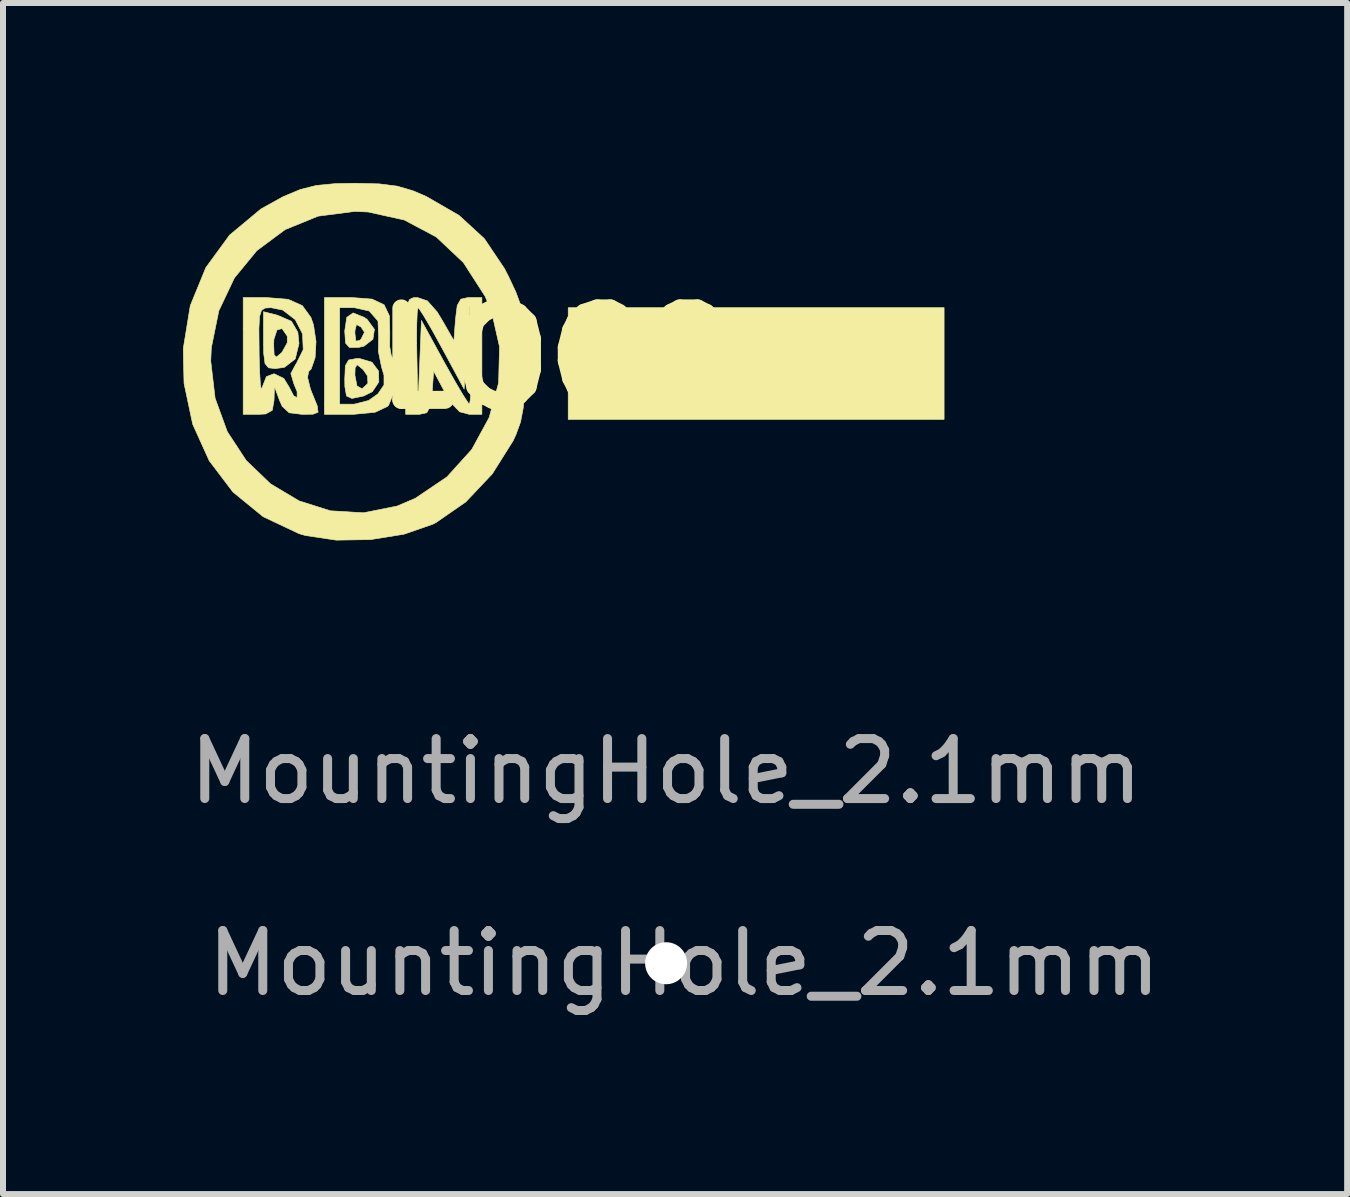
<source format=kicad_pcb>
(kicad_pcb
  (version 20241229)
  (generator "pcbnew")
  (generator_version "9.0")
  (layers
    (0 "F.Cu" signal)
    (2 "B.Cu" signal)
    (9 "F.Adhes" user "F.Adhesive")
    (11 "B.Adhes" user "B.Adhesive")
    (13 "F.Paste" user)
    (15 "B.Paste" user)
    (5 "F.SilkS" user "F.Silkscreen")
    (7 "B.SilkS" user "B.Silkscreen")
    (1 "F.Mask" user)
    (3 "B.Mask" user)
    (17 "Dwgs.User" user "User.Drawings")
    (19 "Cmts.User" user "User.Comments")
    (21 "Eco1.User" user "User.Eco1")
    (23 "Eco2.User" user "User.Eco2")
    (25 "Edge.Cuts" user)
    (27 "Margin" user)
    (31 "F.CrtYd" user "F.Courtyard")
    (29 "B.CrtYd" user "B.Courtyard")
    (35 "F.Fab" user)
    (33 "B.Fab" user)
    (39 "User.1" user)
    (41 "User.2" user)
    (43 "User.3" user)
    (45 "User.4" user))
  (footprint "MountingHole_2.1mm"
    (layer "F.Cu")
    (at 8.054 13.007)
    (property "Reference" "MountingHole_2.1mm" (at 0 -3.2 0) (layer "F.Fab") (effects (font (size 1 1) (thickness 0.15))))
    (attr exclude_from_pos_files exclude_from_bom)
    (fp_text user "${REFERENCE}" (at 0.3 0 0) (layer "F.Fab") (effects (font (size 1 1) (thickness 0.15))))
    (pad "" np_thru_hole circle (at 0 0) (size 0.7 0.7) (drill 0.7) (layers "*.Cu" "*.Mask")))
  (footprint "LOGO"
    (layer "F.Cu")
    (at 6.253 2.926)
    (property "Reference" "LOGO" (at 0 0 0) (layer "F.SilkS") (effects (font (size 1.524 1.524) (thickness 0.3))))
    (attr through_hole)
    (fp_poly (pts (xy 6.435 1.016) (xy 0.169 1.016) (xy 0.169 -0.847) (xy 6.435 -0.847) (xy 6.435 1.016)) (stroke (width 0.01) (type solid)) (fill yes) (layer "F.SilkS"))
    (fp_poly (pts (xy -3.231 -0.685) (xy -3.182 -0.651) (xy -3.062 -0.487) (xy -3.086 -0.321) (xy -3.236 -0.205) (xy -3.324 -0.185) (xy -3.478 -0.183) (xy -3.543 -0.257) (xy -3.554 -0.423) (xy -3.387 -0.423) (xy -3.37 -0.289) (xy -3.306 -0.302) (xy -3.285 -0.322) (xy -3.227 -0.437) (xy -3.285 -0.525) (xy -3.361 -0.567) (xy -3.386 -0.464) (xy -3.387 -0.423) (xy -3.554 -0.423) (xy -3.556 -0.452) (xy -3.556 -0.46) (xy -3.522 -0.686) (xy -3.416 -0.76) (xy -3.231 -0.685)) (stroke (width 0.01) (type solid)) (fill yes) (layer "F.SilkS"))
    (fp_poly (pts (xy -4.679 -0.722) (xy -4.445 -0.62) (xy -4.338 -0.438) (xy -4.319 -0.25) (xy -4.381 0.007) (xy -4.561 0.147) (xy -4.716 0.169) (xy -4.827 0.155) (xy -4.885 0.085) (xy -4.907 -0.082) (xy -4.91 -0.236) (xy -4.741 -0.236) (xy -4.733 -0.058) (xy -4.693 -0.025) (xy -4.603 -0.102) (xy -4.513 -0.264) (xy -4.515 -0.374) (xy -4.602 -0.499) (xy -4.686 -0.475) (xy -4.737 -0.32) (xy -4.741 -0.236) (xy -4.91 -0.236) (xy -4.911 -0.306) (xy -4.911 -0.78) (xy -4.679 -0.722)) (stroke (width 0.01) (type solid)) (fill yes) (layer "F.SilkS"))
    (fp_poly (pts (xy -3.102 0.062) (xy -2.992 0.21) (xy -2.988 0.392) (xy -3.096 0.553) (xy -3.241 0.625) (xy -3.436 0.666) (xy -3.527 0.625) (xy -3.554 0.469) (xy -3.556 0.339) (xy -3.553 0.278) (xy -3.387 0.278) (xy -3.352 0.458) (xy -3.267 0.505) (xy -3.17 0.415) (xy -3.177 0.291) (xy -3.25 0.185) (xy -3.348 0.104) (xy -3.383 0.154) (xy -3.387 0.278) (xy -3.553 0.278) (xy -3.546 0.121) (xy -3.491 0.025) (xy -3.358 0.000458) (xy -3.311 0) (xy -3.102 0.062)) (stroke (width 0.01) (type solid)) (fill yes) (layer "F.SilkS"))
    (fp_poly (pts (xy -3.101 -0.99) (xy -2.9 -0.896) (xy -2.811 -0.71) (xy -2.805 -0.431) (xy -2.807 -0.202) (xy -2.781 -0.051) (xy -2.769 -0.032) (xy -2.716 0.116) (xy -2.711 0.349) (xy -2.749 0.594) (xy -2.823 0.776) (xy -2.842 0.798) (xy -3.049 0.896) (xy -3.41 0.931) (xy -3.435 0.931) (xy -3.895 0.931) (xy -3.895 -0.847) (xy -3.641 -0.847) (xy -3.641 0.762) (xy -3.4 0.762) (xy -3.158 0.7) (xy -3.003 0.59) (xy -2.902 0.441) (xy -2.902 0.278) (xy -2.942 0.145) (xy -2.996 -0.119) (xy -2.991 -0.36) (xy -3.002 -0.624) (xy -3.148 -0.792) (xy -3.397 -0.847) (xy -3.641 -0.847) (xy -3.895 -0.847) (xy -3.895 -1.016) (xy -3.439 -1.016) (xy -3.101 -0.99)) (stroke (width 0.01) (type solid)) (fill yes) (layer "F.SilkS"))
    (fp_poly (pts (xy -4.499 -0.986) (xy -4.263 -0.881) (xy -4.12 -0.684) (xy -4.077 -0.56) (xy -4.035 -0.282) (xy -4.05 -0.016) (xy -4.115 0.174) (xy -4.158 0.217) (xy -4.176 0.316) (xy -4.129 0.505) (xy -4.106 0.565) (xy -4.015 0.789) (xy -4.001 0.896) (xy -4.085 0.929) (xy -4.269 0.931) (xy -4.483 0.905) (xy -4.599 0.798) (xy -4.643 0.699) (xy -4.728 0.466) (xy -4.735 0.699) (xy -4.764 0.864) (xy -4.875 0.925) (xy -4.995 0.931) (xy -5.249 0.931) (xy -5.249 -0.502) (xy -4.987 -0.502) (xy -4.984 -0.175) (xy -4.983 -0.064) (xy -4.974 0.245) (xy -4.961 0.448) (xy -4.945 0.521) (xy -4.935 0.487) (xy -4.862 0.302) (xy -4.734 0.254) (xy -4.572 0.332) (xy -4.483 0.477) (xy -4.408 0.622) (xy -4.351 0.654) (xy -4.35 0.553) (xy -4.403 0.424) (xy -4.455 0.251) (xy -4.375 0.101) (xy -4.367 0.092) (xy -4.248 -0.148) (xy -4.26 -0.411) (xy -4.381 -0.647) (xy -4.589 -0.807) (xy -4.784 -0.847) (xy -4.883 -0.841) (xy -4.944 -0.803) (xy -4.976 -0.701) (xy -4.987 -0.502) (xy -5.249 -0.502) (xy -5.249 -1.016) (xy -4.863 -1.016) (xy -4.499 -0.986)) (stroke (width 0.01) (type solid)) (fill yes) (layer "F.SilkS"))
    (fp_poly (pts (xy -1.27 0.931) (xy -1.48 0.931) (xy -1.64 0.889) (xy -1.783 0.74) (xy -1.882 0.572) (xy -2.074 0.212) (xy -2.1 0.572) (xy -2.129 0.799) (xy -2.189 0.904) (xy -2.311 0.931) (xy -2.333 0.931) (xy -2.54 0.931) (xy -2.54 -0.042) (xy -2.539 -0.248) (xy -2.357 -0.248) (xy -2.353 -0.021) (xy -2.336 0.804) (xy -2.307 0.085) (xy -2.278 -0.634) (xy -1.896 0.064) (xy -1.727 0.366) (xy -1.588 0.602) (xy -1.498 0.74) (xy -1.477 0.762) (xy -1.462 0.683) (xy -1.454 0.472) (xy -1.452 0.164) (xy -1.455 -0.064) (xy -1.471 -0.889) (xy -1.519 -0.189) (xy -1.566 0.51) (xy -1.932 -0.168) (xy -2.096 -0.466) (xy -2.231 -0.698) (xy -2.316 -0.829) (xy -2.334 -0.847) (xy -2.348 -0.768) (xy -2.356 -0.557) (xy -2.357 -0.248) (xy -2.539 -0.248) (xy -2.539 -0.46) (xy -2.531 -0.737) (xy -2.512 -0.902) (xy -2.475 -0.984) (xy -2.414 -1.013) (xy -2.344 -1.016) (xy -2.179 -0.961) (xy -2.017 -0.778) (xy -1.942 -0.656) (xy -1.736 -0.296) (xy -1.71 -0.656) (xy -1.681 -0.884) (xy -1.621 -0.989) (xy -1.499 -1.016) (xy -1.477 -1.016) (xy -1.27 -1.016) (xy -1.27 0.931)) (stroke (width 0.01) (type solid)) (fill yes) (layer "F.SilkS"))
    (fp_poly (pts (xy -2.983 -2.911) (xy -2.681 -2.873) (xy -2.416 -2.795) (xy -2.197 -2.701) (xy -1.65 -2.385) (xy -1.229 -1.998) (xy -0.894 -1.5) (xy -0.827 -1.37) (xy -0.702 -1.103) (xy -0.621 -0.883) (xy -0.576 -0.659) (xy -0.556 -0.377) (xy -0.552 0.014) (xy -0.552 0.083) (xy -0.558 0.514) (xy -0.58 0.822) (xy -0.625 1.057) (xy -0.7 1.265) (xy -0.75 1.373) (xy -1.097 1.924) (xy -1.538 2.391) (xy -2.036 2.736) (xy -2.089 2.763) (xy -2.567 2.929) (xy -3.126 3.019) (xy -3.698 3.028) (xy -4.212 2.951) (xy -4.318 2.92) (xy -4.917 2.637) (xy -5.42 2.226) (xy -5.815 1.705) (xy -6.091 1.095) (xy -6.235 0.415) (xy -6.244 0.042) (xy -5.79 0.042) (xy -5.717 0.663) (xy -5.514 1.22) (xy -5.199 1.7) (xy -4.794 2.089) (xy -4.319 2.373) (xy -3.795 2.539) (xy -3.243 2.572) (xy -2.683 2.46) (xy -2.38 2.331) (xy -1.852 1.974) (xy -1.439 1.517) (xy -1.149 0.985) (xy -0.991 0.406) (xy -0.976 -0.195) (xy -1.111 -0.79) (xy -1.216 -1.036) (xy -1.578 -1.599) (xy -2.031 -2.026) (xy -2.564 -2.309) (xy -3.166 -2.442) (xy -3.387 -2.452) (xy -3.999 -2.373) (xy -4.549 -2.149) (xy -5.021 -1.799) (xy -5.396 -1.342) (xy -5.655 -0.796) (xy -5.78 -0.18) (xy -5.79 0.042) (xy -6.244 0.042) (xy -6.248 -0.164) (xy -6.131 -0.881) (xy -5.871 -1.516) (xy -5.476 -2.057) (xy -4.954 -2.492) (xy -4.585 -2.697) (xy -4.3 -2.816) (xy -4.033 -2.884) (xy -3.717 -2.915) (xy -3.387 -2.921) (xy -2.983 -2.911)) (stroke (width 0.01) (type solid)) (fill yes) (layer "F.SilkS")))
  (gr_rect
    (start -3 -3)
    (end 19.407 16.855)
    (stroke (width 0.1) (type default))
    (fill no)
    (layer "Edge.Cuts")))
</source>
